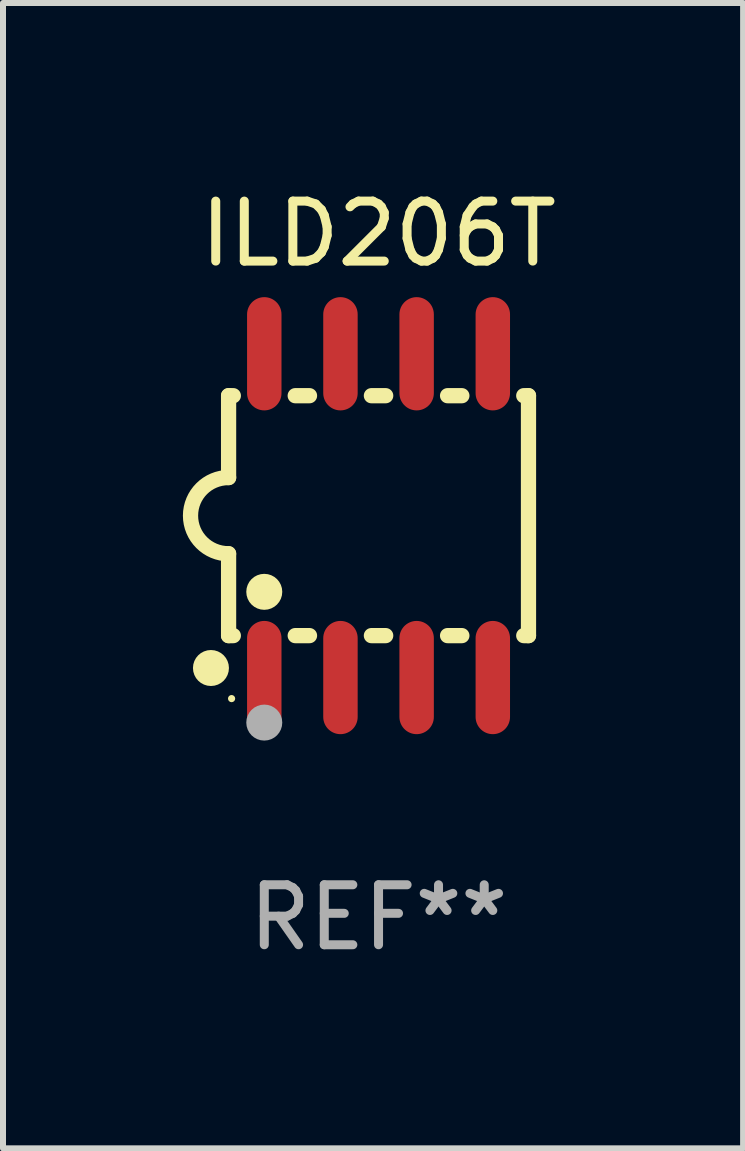
<source format=kicad_pcb>
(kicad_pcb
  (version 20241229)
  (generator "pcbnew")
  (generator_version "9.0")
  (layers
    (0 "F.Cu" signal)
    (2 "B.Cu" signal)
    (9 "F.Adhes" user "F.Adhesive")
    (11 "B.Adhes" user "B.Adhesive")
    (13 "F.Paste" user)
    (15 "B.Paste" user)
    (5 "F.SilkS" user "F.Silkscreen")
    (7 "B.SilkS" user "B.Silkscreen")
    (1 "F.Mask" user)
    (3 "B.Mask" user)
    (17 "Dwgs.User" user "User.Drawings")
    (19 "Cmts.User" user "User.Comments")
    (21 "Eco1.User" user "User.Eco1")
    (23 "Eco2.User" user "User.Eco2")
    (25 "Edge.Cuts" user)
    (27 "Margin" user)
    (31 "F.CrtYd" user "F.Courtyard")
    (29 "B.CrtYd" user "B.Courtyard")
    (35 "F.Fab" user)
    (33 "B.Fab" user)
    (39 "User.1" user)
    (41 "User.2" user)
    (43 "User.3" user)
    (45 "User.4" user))
  (footprint "ILD206T"
    (layer "F.Cu")
    (at 3.261 5.547)
    (property "Reference" "ILD206T" (at 0 -4.699 0) (layer "F.SilkS") (effects (font (size 1 1) (thickness 0.15))))
    (attr through_hole)
    (fp_line (start -2.5 -2) (end -2.5 -0.635) (stroke (width 0.254) (type solid)) (layer "F.SilkS"))
    (fp_line (start -2.5 -2) (end -2.421 -2) (stroke (width 0.254) (type solid)) (layer "F.SilkS"))
    (fp_line (start -2.5 2) (end -2.5 0.635) (stroke (width 0.254) (type solid)) (layer "F.SilkS"))
    (fp_line (start -2.5 2) (end -2.421 2) (stroke (width 0.254) (type solid)) (layer "F.SilkS"))
    (fp_line (start -1.389 -2) (end -1.151 -2) (stroke (width 0.254) (type solid)) (layer "F.SilkS"))
    (fp_line (start -1.389 2) (end -1.151 2) (stroke (width 0.254) (type solid)) (layer "F.SilkS"))
    (fp_line (start -0.119 -2) (end 0.119 -2) (stroke (width 0.254) (type solid)) (layer "F.SilkS"))
    (fp_line (start -0.119 2) (end 0.119 2) (stroke (width 0.254) (type solid)) (layer "F.SilkS"))
    (fp_line (start 1.151 -2) (end 1.389 -2) (stroke (width 0.254) (type solid)) (layer "F.SilkS"))
    (fp_line (start 1.151 2) (end 1.389 2) (stroke (width 0.254) (type solid)) (layer "F.SilkS"))
    (fp_line (start 2.421 -2) (end 2.5 -2) (stroke (width 0.254) (type solid)) (layer "F.SilkS"))
    (fp_line (start 2.421 2) (end 2.5 2) (stroke (width 0.254) (type solid)) (layer "F.SilkS"))
    (fp_line (start 2.5 -2) (end 2.5 2) (stroke (width 0.254) (type solid)) (layer "F.SilkS"))
    (fp_arc (start -2.5 0.635001) (mid -3.134366 -0.000318) (end -2.499365 -0.635001) (stroke (width 0.254001) (type solid)) (layer "F.SilkS"))
    (fp_circle (center -2.794 2.54) (end -2.644 2.54) (stroke (width 0.3) (type solid)) (fill no) (layer "F.SilkS"))
    (fp_circle (center -2.45 3.05) (end -2.42 3.05) (stroke (width 0.06) (type solid)) (fill no) (layer "F.SilkS"))
    (fp_circle (center -1.905 1.27) (end -1.755 1.27) (stroke (width 0.3) (type solid)) (fill no) (layer "F.SilkS"))
    (fp_circle (center -1.905 3.45) (end -1.755 3.45) (stroke (width 0.3) (type solid)) (fill no) (layer "F.Fab"))
    (fp_text user "REF**" (at 0 6.699 0) (layer "F.Fab") (effects (font (size 1 1) (thickness 0.15))))
    (pad "1" smd oval (at -1.905 2.699) (size 0.574 1.888) (layers "F.Cu" "F.Mask" "F.Paste"))
    (pad "2" smd oval (at -0.635 2.699) (size 0.574 1.888) (layers "F.Cu" "F.Mask" "F.Paste"))
    (pad "3" smd oval (at 0.635 2.699) (size 0.574 1.888) (layers "F.Cu" "F.Mask" "F.Paste"))
    (pad "4" smd oval (at 1.905 2.699) (size 0.574 1.888) (layers "F.Cu" "F.Mask" "F.Paste"))
    (pad "5" smd oval (at 1.905 -2.699) (size 0.574 1.888) (layers "F.Cu" "F.Mask" "F.Paste"))
    (pad "6" smd oval (at 0.635 -2.699) (size 0.574 1.888) (layers "F.Cu" "F.Mask" "F.Paste"))
    (pad "7" smd oval (at -0.635 -2.699) (size 0.574 1.888) (layers "F.Cu" "F.Mask" "F.Paste"))
    (pad "8" smd oval (at -1.905 -2.699) (size 0.574 1.888) (layers "F.Cu" "F.Mask" "F.Paste")))
  (gr_rect
    (start -3 -3)
    (end 9.339 16.095)
    (stroke (width 0.1) (type default))
    (fill no)
    (layer "Edge.Cuts")))
</source>
